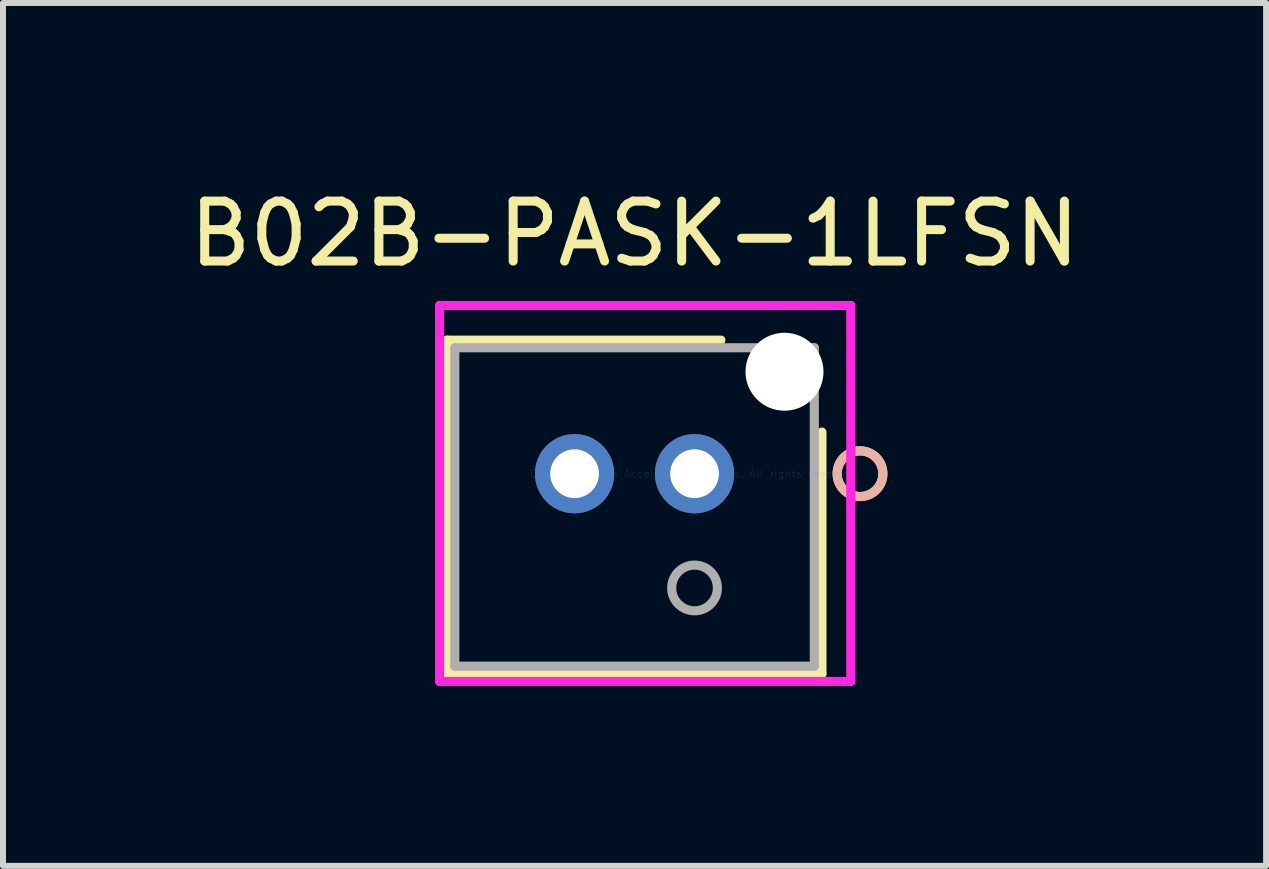
<source format=kicad_pcb>
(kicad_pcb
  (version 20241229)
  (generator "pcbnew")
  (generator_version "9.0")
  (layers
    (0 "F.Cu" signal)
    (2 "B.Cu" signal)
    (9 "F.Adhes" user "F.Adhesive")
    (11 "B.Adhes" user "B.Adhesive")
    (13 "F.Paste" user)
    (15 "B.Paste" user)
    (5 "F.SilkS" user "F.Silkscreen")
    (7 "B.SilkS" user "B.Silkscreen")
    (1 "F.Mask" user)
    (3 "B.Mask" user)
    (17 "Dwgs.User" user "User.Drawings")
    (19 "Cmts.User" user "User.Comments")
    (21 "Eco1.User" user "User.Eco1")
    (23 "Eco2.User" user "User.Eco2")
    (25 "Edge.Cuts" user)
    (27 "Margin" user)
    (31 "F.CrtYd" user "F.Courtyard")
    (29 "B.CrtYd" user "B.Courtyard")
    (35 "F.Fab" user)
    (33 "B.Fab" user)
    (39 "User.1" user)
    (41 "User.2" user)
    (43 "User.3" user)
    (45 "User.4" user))
  (footprint "B02B-PASK-1LFSN"
    (layer "F.Cu")
    (at 8.53 4.848)
    (property "Reference" "B02B-PASK-1LFSN" (at -1 -4 0) (layer "F.SilkS") (effects (font (size 1 1) (thickness 0.15))))
    (attr through_hole)
    (fp_line (start -4.124 -2.227) (end -4.124 3.336) (stroke (width 0.152) (type solid)) (layer "F.SilkS"))
    (fp_line (start -4.124 3.336) (end 2.124 3.336) (stroke (width 0.152) (type solid)) (layer "F.SilkS"))
    (fp_line (start 0.44 -2.227) (end -4.124 -2.227) (stroke (width 0.152) (type solid)) (layer "F.SilkS"))
    (fp_line (start 2.124 3.336) (end 2.124 -0.694) (stroke (width 0.152) (type solid)) (layer "F.SilkS"))
    (fp_circle (center 2.759 0) (end 3.14 0) (stroke (width 0.152) (type solid)) (fill no) (layer "F.SilkS"))
    (fp_circle (center 2.759 0) (end 3.14 0) (stroke (width 0.152) (type solid)) (fill no) (layer "B.SilkS"))
    (fp_line (start -4.251 -2.805) (end -4.251 3.463) (stroke (width 0.152) (type solid)) (layer "F.CrtYd"))
    (fp_line (start -4.251 3.463) (end 2.605 3.463) (stroke (width 0.152) (type solid)) (layer "F.CrtYd"))
    (fp_line (start 2.605 -2.805) (end -4.251 -2.805) (stroke (width 0.152) (type solid)) (layer "F.CrtYd"))
    (fp_line (start 2.605 3.463) (end 2.605 -2.805) (stroke (width 0.152) (type solid)) (layer "F.CrtYd"))
    (fp_line (start -3.997 -2.1) (end -3.997 3.209) (stroke (width 0.152) (type solid)) (layer "F.Fab"))
    (fp_line (start -3.997 3.209) (end 1.997 3.209) (stroke (width 0.152) (type solid)) (layer "F.Fab"))
    (fp_line (start 1.997 -2.1) (end -3.997 -2.1) (stroke (width 0.152) (type solid)) (layer "F.Fab"))
    (fp_line (start 1.997 3.209) (end 1.997 -2.1) (stroke (width 0.152) (type solid)) (layer "F.Fab"))
    (fp_circle (center 0 1.905) (end 0.381 1.905) (stroke (width 0.152) (type solid)) (fill no) (layer "F.Fab"))
    (fp_text user "Copyright 2016 Accelerated Designs. All rights reserved." (at 0 0 0) (layer "Cmts.User") (effects (font (size 0.127 0.127) (thickness 0.002))))
    (pad "" np_thru_hole circle (at 1.5 -1.7) (size 1.3 1.3) (drill 1.3) (layers "*.Cu" "*.Mask"))
    (pad "1" thru_hole circle (at 0 0) (size 1.321 1.321) (drill 0.813) (layers "*.Cu" "*.Mask"))
    (pad "2" thru_hole circle (at -2 0) (size 1.321 1.321) (drill 0.813) (layers "*.Cu" "*.Mask")))
  (gr_rect
    (start -3 -3)
    (end 18.06 11.387)
    (stroke (width 0.1) (type default))
    (fill no)
    (layer "Edge.Cuts")))
</source>
